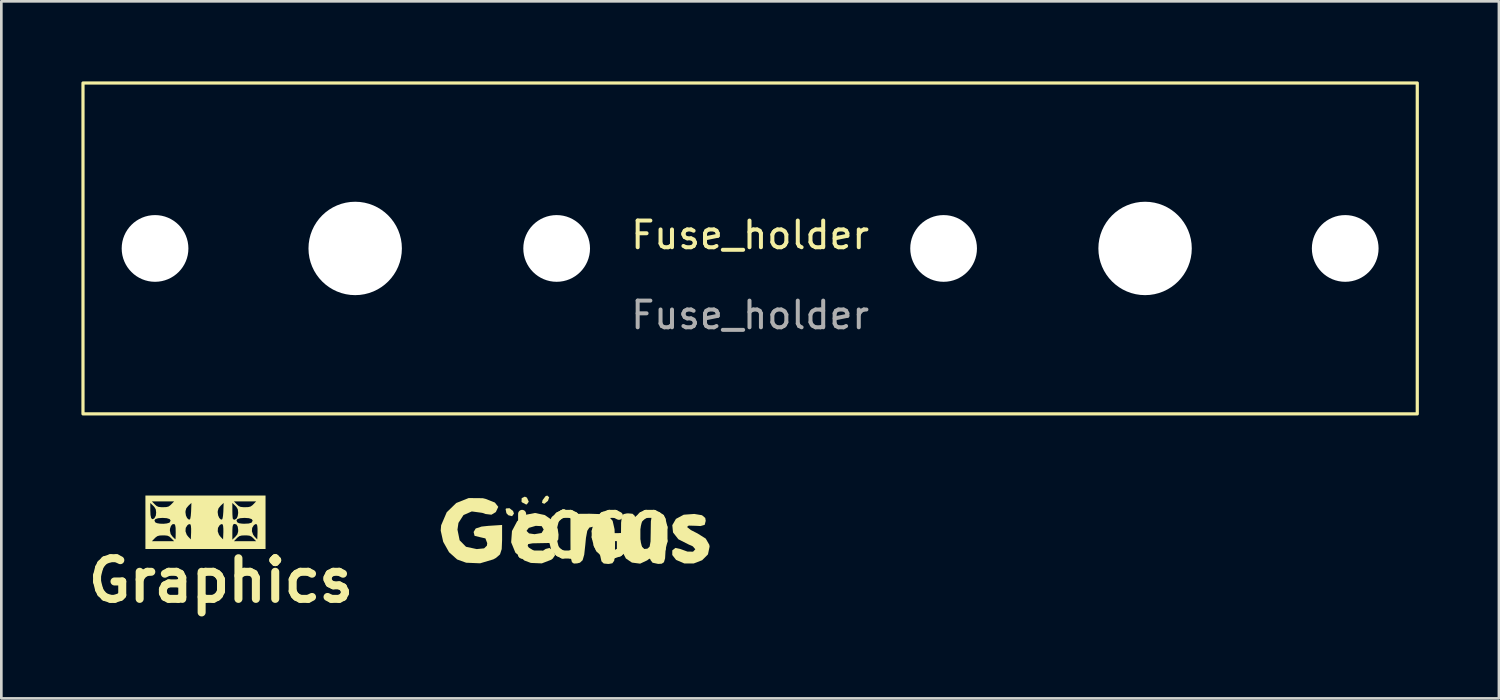
<source format=kicad_pcb>
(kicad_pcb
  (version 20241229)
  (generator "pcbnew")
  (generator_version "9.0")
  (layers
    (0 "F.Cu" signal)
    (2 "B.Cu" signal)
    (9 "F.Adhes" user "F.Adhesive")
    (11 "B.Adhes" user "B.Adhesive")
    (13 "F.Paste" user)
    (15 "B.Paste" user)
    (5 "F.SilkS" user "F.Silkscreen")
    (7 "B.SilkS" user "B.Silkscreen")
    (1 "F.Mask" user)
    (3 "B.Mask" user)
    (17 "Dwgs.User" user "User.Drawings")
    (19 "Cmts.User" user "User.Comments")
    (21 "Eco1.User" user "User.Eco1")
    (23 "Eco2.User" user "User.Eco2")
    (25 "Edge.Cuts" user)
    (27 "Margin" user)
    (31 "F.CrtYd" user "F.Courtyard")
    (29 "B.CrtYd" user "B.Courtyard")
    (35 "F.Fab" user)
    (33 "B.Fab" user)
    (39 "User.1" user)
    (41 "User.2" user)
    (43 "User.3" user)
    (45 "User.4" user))
  (footprint "LOGO"
    (layer "F.Cu")
    (at 19.128 17.041)
    (property "Reference" "LOGO" (at 0 0 0) (layer "F.SilkS") (effects (font (size 1.524 1.524) (thickness 0.3))))
    (attr board_only exclude_from_pos_files exclude_from_bom)
    (fp_poly (pts (xy -0.999 -1.004) (xy -0.972 -0.901) (xy -1.04 -0.84) (xy -1.241 -0.748) (xy -1.315 -0.784) (xy -1.248 -0.907) (xy -1.086 -1.014)) (stroke (width 0) (type solid)) (fill yes) (layer "F.SilkS"))
    (fp_poly (pts (xy -2.951 -0.94) (xy -2.918 -0.846) (xy -2.988 -0.748) (xy -3.129 -0.783) (xy -3.201 -0.86) (xy -3.231 -1.01) (xy -3.215 -1.038) (xy -3.085 -1.047)) (stroke (width 0) (type solid)) (fill yes) (layer "F.SilkS"))
    (fp_poly (pts (xy -2.432 -1.444) (xy -2.363 -1.29) (xy -2.434 -1.191) (xy -2.466 -1.187) (xy -2.618 -1.267) (xy -2.635 -1.29) (xy -2.629 -1.423) (xy -2.511 -1.48)) (stroke (width 0) (type solid)) (fill yes) (layer "F.SilkS"))
    (fp_poly (pts (xy -1.598 -1.456) (xy -1.644 -1.322) (xy -1.773 -1.216) (xy -1.783 -1.212) (xy -1.867 -1.247) (xy -1.848 -1.345) (xy -1.734 -1.498) (xy -1.671 -1.521)) (stroke (width 0) (type solid)) (fill yes) (layer "F.SilkS"))
    (fp_poly (pts (xy 4.128 -0.784) (xy 4.25 -0.682) (xy 4.268 -0.574) (xy 4.229 -0.423) (xy 4.072 -0.378) (xy 3.906 -0.387) (xy 3.629 -0.395) (xy 3.566 -0.342) (xy 3.716 -0.226) (xy 3.961 -0.101) (xy 4.269 0.093) (xy 4.402 0.324) (xy 4.413 0.39) (xy 4.352 0.683) (xy 4.134 0.902) (xy 3.819 1.024) (xy 3.469 1.025) (xy 3.157 0.89) (xy 3.014 0.707) (xy 3.015 0.534) (xy 3.134 0.441) (xy 3.312 0.48) (xy 3.58 0.578) (xy 3.793 0.582) (xy 3.878 0.492) (xy 3.785 0.383) (xy 3.627 0.312) (xy 3.244 0.118) (xy 3.043 -0.138) (xy 3.015 -0.41) (xy 3.152 -0.647) (xy 3.444 -0.803) (xy 3.839 -0.832)) (stroke (width 0) (type solid)) (fill yes) (layer "F.SilkS"))
    (fp_poly (pts (xy 0.347 -0.825) (xy 0.622 -0.75) (xy 0.779 -0.574) (xy 0.851 -0.259) (xy 0.87 0.234) (xy 0.87 0.31) (xy 0.865 0.702) (xy 0.838 0.921) (xy 0.769 1.017) (xy 0.641 1.041) (xy 0.597 1.041) (xy 0.447 1.026) (xy 0.361 0.944) (xy 0.317 0.745) (xy 0.292 0.379) (xy 0.29 0.345) (xy 0.264 -0.039) (xy 0.218 -0.25) (xy 0.134 -0.337) (xy 0.034 -0.351) (xy -0.093 -0.321) (xy -0.171 -0.199) (xy -0.22 0.066) (xy -0.244 0.317) (xy -0.285 0.694) (xy -0.345 0.902) (xy -0.445 0.995) (xy -0.551 1.021) (xy -0.672 1.028) (xy -0.746 0.976) (xy -0.785 0.824) (xy -0.799 0.529) (xy -0.801 0.112) (xy -0.801 -0.833) (xy -0.079 -0.839)) (stroke (width 0) (type solid)) (fill yes) (layer "F.SilkS"))
    (fp_poly (pts (xy -1.768 -0.792) (xy -1.464 -0.586) (xy -1.278 -0.271) (xy -1.247 -0.052) (xy -1.258 0.126) (xy -1.33 0.219) (xy -1.514 0.255) (xy -1.867 0.262) (xy -1.873 0.262) (xy -2.222 0.269) (xy -2.386 0.299) (xy -2.404 0.366) (xy -2.361 0.429) (xy -2.119 0.578) (xy -1.848 0.558) (xy -1.732 0.48) (xy -1.585 0.443) (xy -1.464 0.547) (xy -1.374 0.708) (xy -1.462 0.839) (xy -1.523 0.886) (xy -1.875 1.021) (xy -2.285 1.004) (xy -2.528 0.913) (xy -2.865 0.618) (xy -3.023 0.231) (xy -2.992 -0.194) (xy -2.989 -0.198) (xy -2.448 -0.198) (xy -2.354 -0.103) (xy -2.147 -0.073) (xy -1.883 -0.117) (xy -1.804 -0.247) (xy -1.878 -0.374) (xy -2.102 -0.386) (xy -2.361 -0.31) (xy -2.448 -0.198) (xy -2.989 -0.198) (xy -2.798 -0.559) (xy -2.493 -0.797) (xy -2.13 -0.868)) (stroke (width 0) (type solid)) (fill yes) (layer "F.SilkS"))
    (fp_poly (pts (xy -4.088 -1.422) (xy -3.98 -1.396) (xy -3.634 -1.259) (xy -3.506 -1.098) (xy -3.595 -0.908) (xy -3.604 -0.898) (xy -3.762 -0.803) (xy -3.981 -0.829) (xy -4.108 -0.873) (xy -4.498 -0.926) (xy -4.809 -0.79) (xy -4.998 -0.497) (xy -5.035 -0.245) (xy -4.954 0.155) (xy -4.715 0.399) (xy -4.319 0.484) (xy -4.302 0.484) (xy -4.037 0.458) (xy -3.932 0.357) (xy -3.92 0.262) (xy -3.988 0.085) (xy -4.189 0.039) (xy -4.394 -0.011) (xy -4.43 -0.156) (xy -4.351 -0.287) (xy -4.13 -0.359) (xy -3.883 -0.385) (xy -3.363 -0.419) (xy -3.363 0.141) (xy -3.377 0.485) (xy -3.441 0.684) (xy -3.59 0.815) (xy -3.692 0.871) (xy -4.187 1.018) (xy -4.709 0.996) (xy -5.048 0.874) (xy -5.35 0.603) (xy -5.57 0.212) (xy -5.663 -0.208) (xy -5.647 -0.407) (xy -5.438 -0.894) (xy -5.08 -1.242) (xy -4.616 -1.427)) (stroke (width 0) (type solid)) (fill yes) (layer "F.SilkS"))
    (fp_poly (pts (xy 2.62 -0.844) (xy 2.702 -0.788) (xy 2.745 -0.642) (xy 2.761 -0.361) (xy 2.764 0.094) (xy 2.761 0.553) (xy 2.745 0.833) (xy 2.702 0.978) (xy 2.619 1.033) (xy 2.485 1.041) (xy 2.276 0.996) (xy 2.207 0.908) (xy 2.174 0.83) (xy 2.073 0.908) (xy 1.81 1.031) (xy 1.502 0.991) (xy 1.277 0.838) (xy 1.162 0.62) (xy 1.104 0.262) (xy 1.093 -0.109) (xy 1.097 -0.505) (xy 1.123 -0.727) (xy 1.19 -0.826) (xy 1.315 -0.852) (xy 1.371 -0.853) (xy 1.526 -0.838) (xy 1.609 -0.761) (xy 1.643 -0.568) (xy 1.65 -0.208) (xy 1.65 -0.184) (xy 1.656 0.186) (xy 1.688 0.386) (xy 1.768 0.468) (xy 1.918 0.484) (xy 1.928 0.484) (xy 2.083 0.47) (xy 2.166 0.393) (xy 2.2 0.2) (xy 2.207 -0.161) (xy 2.207 -0.184) (xy 2.213 -0.555) (xy 2.245 -0.755) (xy 2.325 -0.836) (xy 2.475 -0.852) (xy 2.485 -0.853)) (stroke (width 0) (type solid)) (fill yes) (layer "F.SilkS")))
  (footprint "Fuse_holder"
    (layer "F.Cu")
    (at 25.06 6.26)
    (property "Reference" "Fuse_holder" (at 0 -0.5 0) (unlocked yes) (layer "F.SilkS") (effects (font (size 1 1) (thickness 0.15))))
    (attr through_hole)
    (fp_rect (start -25 -6.2) (end 25 6.2) (stroke (width 0.12) (type solid)) (fill no) (layer "F.SilkS"))
    (fp_text user "${REFERENCE}" (at 0 2.5 0) (unlocked yes) (layer "F.Fab") (effects (font (size 1 1) (thickness 0.15))))
    (pad "1" thru_hole circle (at -22.3 0) (size 4 4) (drill 2.5) (layers "*.Cu" "*.Mask") (remove_unused_layers yes) (zone_layer_connections))
    (pad "1" thru_hole circle (at -14.8 0) (size 5 5) (drill 3.5) (layers "*.Cu" "*.Mask") (remove_unused_layers yes) (zone_layer_connections))
    (pad "1" thru_hole circle (at -7.25 0) (size 4 4) (drill 2.5) (layers "*.Cu" "*.Mask") (remove_unused_layers yes) (zone_layer_connections))
    (pad "2" thru_hole circle (at 7.25 0) (size 4 4) (drill 2.5) (layers "*.Cu" "*.Mask") (remove_unused_layers yes) (zone_layer_connections))
    (pad "2" thru_hole circle (at 14.8 0) (size 5 5) (drill 3.5) (layers "*.Cu" "*.Mask") (remove_unused_layers yes) (zone_layer_connections))
    (pad "2" thru_hole circle (at 22.3 0) (size 4 4) (drill 2.5) (layers "*.Cu" "*.Mask") (remove_unused_layers yes) (zone_layer_connections)))
  (footprint "Graphics"
    (layer "F.Cu")
    (at 4.632 16.503)
    (property "Reference" "Graphics" (at 0.6 2.2 0) (layer "F.SilkS") (effects (font (size 1.524 1.524) (thickness 0.3))))
    (attr board_only exclude_from_pos_files exclude_from_bom)
    (fp_poly (pts (xy 2.269 1.019) (xy -2.233 1.019) (xy -2.233 0.728) (xy -1.99 0.728) (xy -1.157 0.728) (xy 1.084 0.728) (xy 1.917 0.728) (xy 1.812 0.619) (xy 1.74 0.554) (xy 1.667 0.521) (xy 1.563 0.51) (xy 1.501 0.509) (xy 1.374 0.515) (xy 1.291 0.537) (xy 1.222 0.586) (xy 1.189 0.619) (xy 1.084 0.728) (xy -1.157 0.728) (xy -1.214 0.669) (xy 1.025 0.669) (xy 1.135 0.564) (xy 1.212 0.471) (xy 1.242 0.369) (xy 1.242 0.356) (xy 1.758 0.356) (xy 1.804 0.485) (xy 1.857 0.556) (xy 1.958 0.66) (xy 1.969 0.397) (xy 1.969 0.261) (xy 1.96 0.155) (xy 1.943 0.098) (xy 1.942 0.097) (xy 1.89 0.087) (xy 1.831 0.127) (xy 1.767 0.229) (xy 1.758 0.356) (xy 1.242 0.356) (xy 1.244 0.307) (xy 1.226 0.18) (xy 1.178 0.1) (xy 1.106 0.079) (xy 1.08 0.086) (xy 1.05 0.115) (xy 1.033 0.183) (xy 1.026 0.303) (xy 1.025 0.388) (xy 1.025 0.669) (xy -1.214 0.669) (xy -1.263 0.619) (xy -1.334 0.554) (xy -1.408 0.521) (xy -1.511 0.51) (xy -1.574 0.509) (xy -1.7 0.515) (xy -1.783 0.537) (xy -1.852 0.586) (xy -1.885 0.619) (xy -1.99 0.728) (xy -2.233 0.728) (xy -2.233 0.326) (xy -1.316 0.326) (xy -1.288 0.458) (xy -1.219 0.553) (xy -1.154 0.618) (xy -1.114 0.653) (xy -1.109 0.655) (xy -1.104 0.622) (xy -1.1 0.533) (xy -1.098 0.407) (xy -1.098 0.381) (xy -1.099 0.356) (xy -0.731 0.356) (xy -0.685 0.485) (xy -0.631 0.556) (xy -0.531 0.66) (xy -0.52 0.397) (xy -0.52 0.356) (xy 0.477 0.356) (xy 0.523 0.485) (xy 0.576 0.556) (xy 0.677 0.66) (xy 0.688 0.397) (xy 0.688 0.261) (xy 0.679 0.155) (xy 0.662 0.098) (xy 0.661 0.097) (xy 0.609 0.087) (xy 0.55 0.127) (xy 0.486 0.229) (xy 0.477 0.356) (xy -0.52 0.356) (xy -0.519 0.261) (xy -0.528 0.155) (xy -0.545 0.098) (xy -0.546 0.097) (xy -0.599 0.087) (xy -0.658 0.127) (xy -0.722 0.229) (xy -0.731 0.356) (xy -1.099 0.356) (xy -1.101 0.232) (xy -1.114 0.142) (xy -1.137 0.096) (xy -1.155 0.085) (xy -1.221 0.093) (xy -1.277 0.157) (xy -1.311 0.261) (xy -1.316 0.326) (xy -2.233 0.326) (xy -2.233 -0.049) (xy -1.895 -0.049) (xy -1.867 0.018) (xy -1.8 0.052) (xy -1.689 0.071) (xy -1.558 0.075) (xy -1.434 0.063) (xy -1.342 0.037) (xy -1.318 0.018) (xy -1.289 -0.049) (xy 1.179 -0.049) (xy 1.208 0.018) (xy 1.272 0.054) (xy 1.395 0.071) (xy 1.482 0.073) (xy 1.638 0.065) (xy 1.731 0.039) (xy 1.757 0.018) (xy 1.786 -0.051) (xy 1.746 -0.102) (xy 1.643 -0.135) (xy 1.482 -0.146) (xy 1.319 -0.134) (xy 1.217 -0.101) (xy 1.179 -0.049) (xy -1.289 -0.049) (xy -1.289 -0.051) (xy -1.328 -0.102) (xy -1.432 -0.135) (xy -1.592 -0.146) (xy -1.755 -0.134) (xy -1.858 -0.101) (xy -1.895 -0.049) (xy -2.233 -0.049) (xy -2.233 -0.705) (xy -2.05 -0.705) (xy -2.05 -0.433) (xy -2.042 -0.253) (xy -2.018 -0.142) (xy -1.977 -0.097) (xy -1.918 -0.116) (xy -1.896 -0.134) (xy -1.843 -0.23) (xy -1.83 -0.345) (xy -1.831 -0.351) (xy -0.732 -0.351) (xy -0.715 -0.237) (xy -0.672 -0.142) (xy -0.615 -0.088) (xy -0.57 -0.084) (xy -0.55 -0.125) (xy -0.533 -0.223) (xy -0.523 -0.351) (xy 0.476 -0.351) (xy 0.493 -0.237) (xy 0.536 -0.142) (xy 0.593 -0.088) (xy 0.638 -0.084) (xy 0.658 -0.125) (xy 0.675 -0.223) (xy 0.686 -0.363) (xy 0.688 -0.402) (xy 0.699 -0.705) (xy 1.025 -0.705) (xy 1.025 -0.413) (xy 1.028 -0.274) (xy 1.035 -0.164) (xy 1.046 -0.103) (xy 1.049 -0.097) (xy 1.112 -0.075) (xy 1.182 -0.123) (xy 1.193 -0.136) (xy 1.225 -0.213) (xy 1.242 -0.322) (xy 1.243 -0.348) (xy 1.23 -0.466) (xy 1.176 -0.558) (xy 1.135 -0.6) (xy 1.025 -0.705) (xy 0.699 -0.705) (xy 0.699 -0.708) (xy 0.587 -0.602) (xy 0.508 -0.507) (xy 0.478 -0.404) (xy 0.476 -0.351) (xy -0.523 -0.351) (xy -0.522 -0.363) (xy -0.52 -0.402) (xy -0.509 -0.708) (xy -0.621 -0.602) (xy -0.7 -0.507) (xy -0.73 -0.404) (xy -0.732 -0.351) (xy -1.831 -0.351) (xy -1.844 -0.465) (xy -1.899 -0.558) (xy -1.94 -0.6) (xy -2.05 -0.705) (xy -2.233 -0.705) (xy -2.233 -0.764) (xy -1.99 -0.764) (xy -1.885 -0.655) (xy -1.813 -0.591) (xy -1.74 -0.558) (xy -1.636 -0.547) (xy -1.574 -0.546) (xy -1.447 -0.551) (xy -1.364 -0.573) (xy -1.296 -0.622) (xy -1.263 -0.655) (xy -1.157 -0.764) (xy 1.084 -0.764) (xy 1.189 -0.655) (xy 1.261 -0.591) (xy 1.334 -0.558) (xy 1.438 -0.547) (xy 1.501 -0.546) (xy 1.627 -0.551) (xy 1.71 -0.573) (xy 1.779 -0.622) (xy 1.812 -0.655) (xy 1.917 -0.764) (xy 1.084 -0.764) (xy -1.157 -0.764) (xy -1.99 -0.764) (xy -2.233 -0.764) (xy -2.233 -0.983) (xy 2.269 -0.983)) (stroke (width 0) (type solid)) (fill yes) (layer "F.SilkS")))
  (gr_rect
    (start -3 -3)
    (end 53.12 23.121)
    (stroke (width 0.1) (type default))
    (fill no)
    (layer "Edge.Cuts")))
</source>
